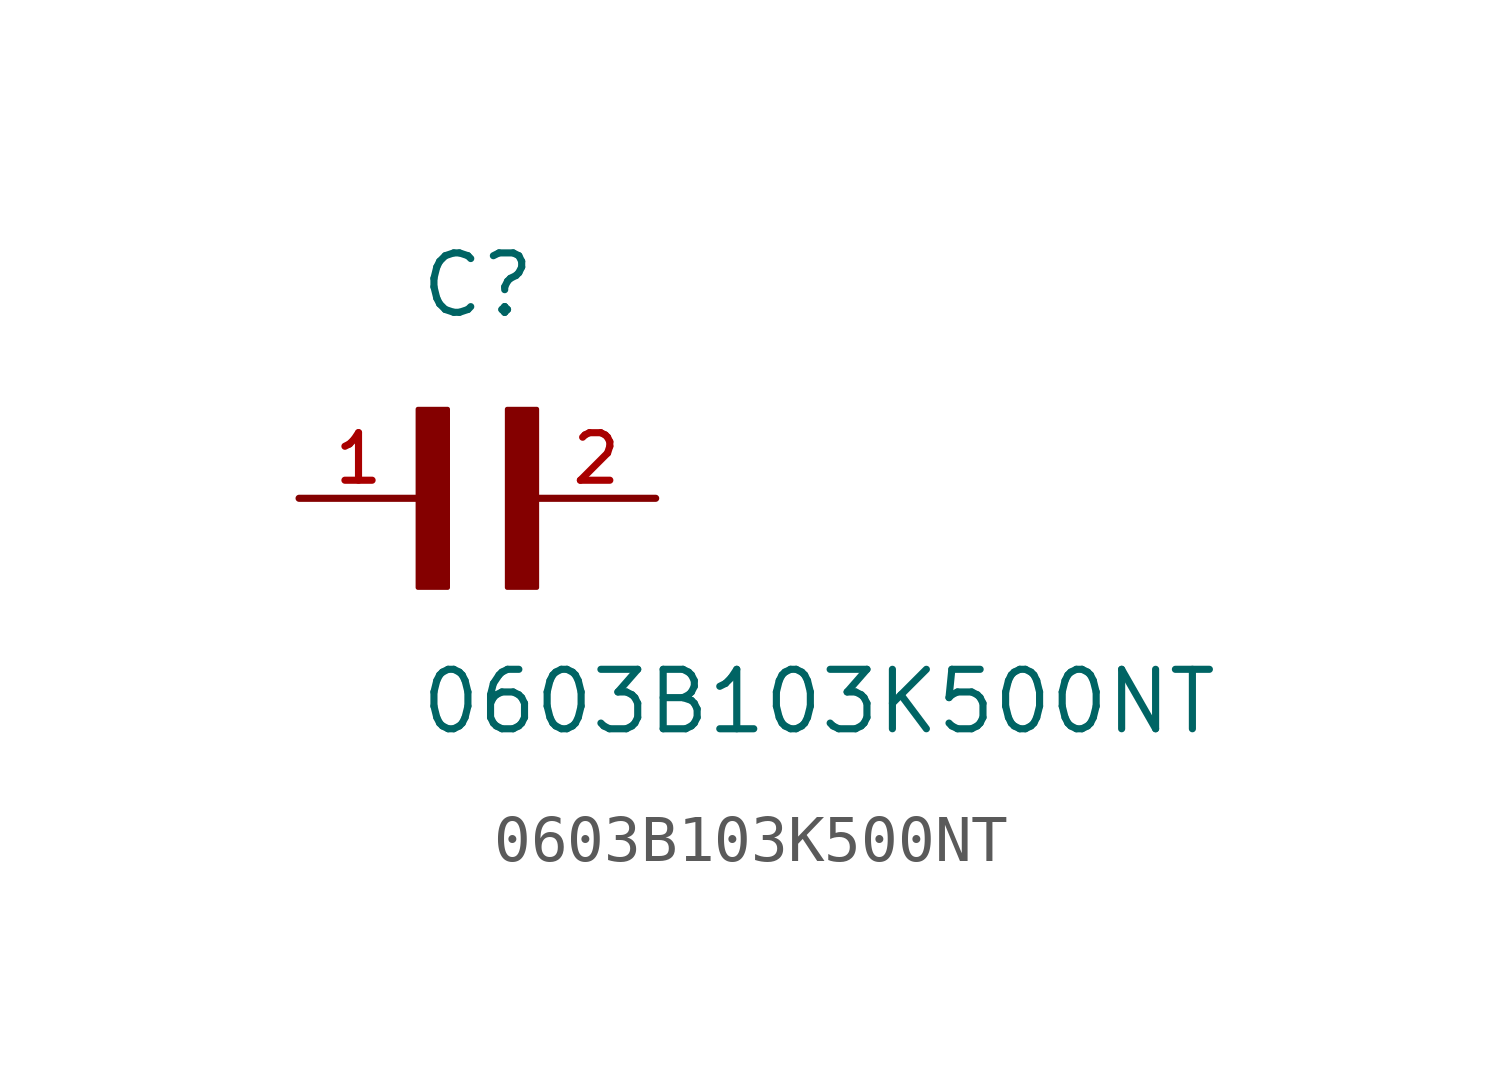
<source format=kicad_sym>
(kicad_symbol_lib
  (version 20211014)
  (generator kicad_symbol_editor)
  (symbol "0603B103K500NT"
    (pin_names
      (offset 1.016))
    (property "Reference" "C"
      (at 0.0 3.811 0)
      (effects (font (size 1.27 1.27)) (justify bottom left)))
    (property "Value" "0603B103K500NT"
      (at 0.0 -5.088 0)
      (effects (font (size 1.27 1.27)) (justify bottom left)))
    (symbol "0603B103K500NT_0_0"
      (rectangle (start 0.0 -1.907) (end 0.635 1.905) (stroke (width 0.1)) (fill (type outline)))
      (rectangle (start 1.907 -1.907) (end 2.54 1.905) (stroke (width 0.1)) (fill (type outline)))
      (pin passive line (at 5.08 0.0 180.0) (length 2.54) (name "~" (effects (font (size 1.016 1.016)))) (number "2" (effects (font (size 1.016 1.016)))))
      (pin passive line (at -2.54 0.0 0) (length 2.54) (name "~" (effects (font (size 1.016 1.016)))) (number "1" (effects (font (size 1.016 1.016))))))))
</source>
